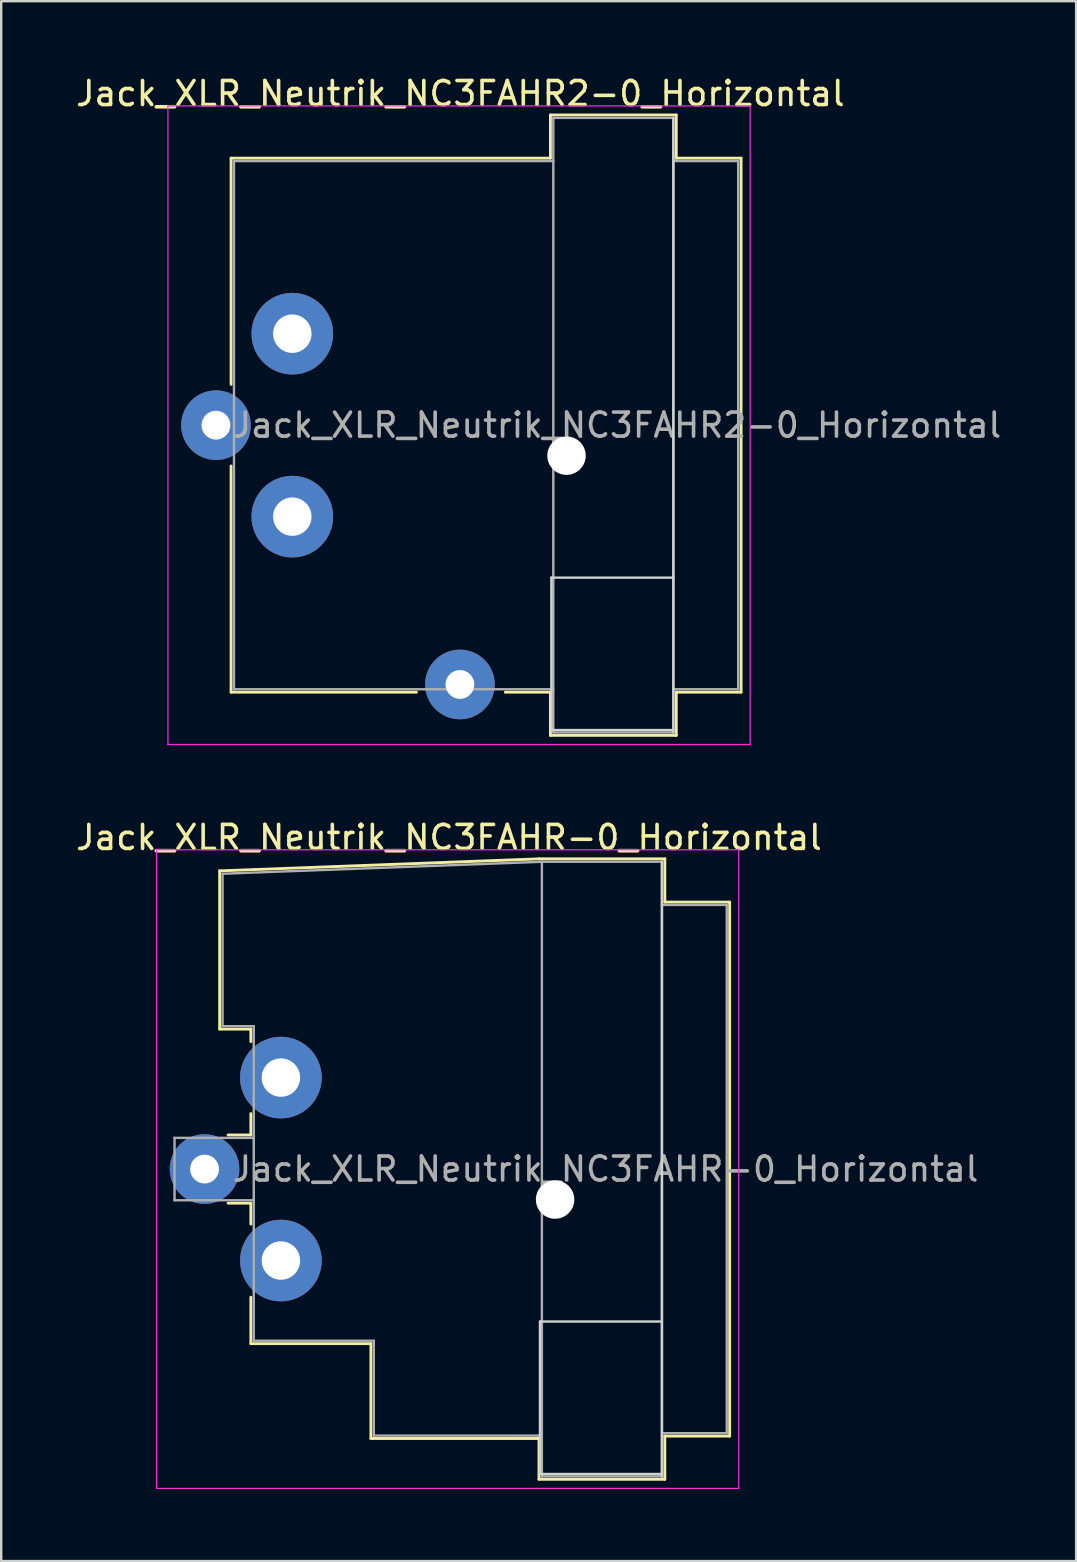
<source format=kicad_pcb>
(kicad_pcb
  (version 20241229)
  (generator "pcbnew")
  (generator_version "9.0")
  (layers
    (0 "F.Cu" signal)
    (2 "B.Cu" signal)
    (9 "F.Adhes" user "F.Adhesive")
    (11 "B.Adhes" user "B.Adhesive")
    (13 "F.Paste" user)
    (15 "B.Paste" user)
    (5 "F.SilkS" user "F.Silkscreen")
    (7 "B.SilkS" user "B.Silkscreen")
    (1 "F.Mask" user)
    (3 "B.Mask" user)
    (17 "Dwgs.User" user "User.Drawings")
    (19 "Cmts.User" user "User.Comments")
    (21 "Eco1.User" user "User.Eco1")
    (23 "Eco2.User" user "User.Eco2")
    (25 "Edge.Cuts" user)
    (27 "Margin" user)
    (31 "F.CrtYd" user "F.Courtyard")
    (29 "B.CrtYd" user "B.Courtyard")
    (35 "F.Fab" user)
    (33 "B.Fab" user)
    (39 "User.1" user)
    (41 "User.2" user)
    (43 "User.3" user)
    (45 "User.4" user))
  (footprint "Jack_XLR_Neutrik_NC3FAHR2-0_Horizontal"
    (layer "F.Cu")
    (at 9.125 10.848)
    (property "Reference" "Jack_XLR_Neutrik_NC3FAHR2-0_Horizontal" (at 7 -10 0) (layer "F.SilkS") (effects (font (size 1 1) (thickness 0.15))))
    (attr through_hole)
    (fp_line (start -2.55 -7.31) (end -2.55 2.11) (stroke (width 0.12) (type solid)) (layer "F.SilkS"))
    (fp_line (start -2.55 5.51) (end -2.55 14.93) (stroke (width 0.12) (type solid)) (layer "F.SilkS"))
    (fp_line (start 5.17 14.93) (end -2.55 14.93) (stroke (width 0.12) (type solid)) (layer "F.SilkS"))
    (fp_line (start 10.75 -7.31) (end -2.55 -7.31) (stroke (width 0.12) (type solid)) (layer "F.SilkS"))
    (fp_line (start 10.75 -7.31) (end 10.75 -9.11) (stroke (width 0.12) (type solid)) (layer "F.SilkS"))
    (fp_line (start 10.75 14.93) (end 8.87 14.93) (stroke (width 0.12) (type solid)) (layer "F.SilkS"))
    (fp_line (start 10.75 16.73) (end 10.75 14.93) (stroke (width 0.12) (type solid)) (layer "F.SilkS"))
    (fp_line (start 15.99 -9.11) (end 10.75 -9.11) (stroke (width 0.12) (type solid)) (layer "F.SilkS"))
    (fp_line (start 15.99 -9.11) (end 15.99 -7.31) (stroke (width 0.12) (type solid)) (layer "F.SilkS"))
    (fp_line (start 15.99 -7.31) (end 18.69 -7.31) (stroke (width 0.12) (type solid)) (layer "F.SilkS"))
    (fp_line (start 15.99 14.93) (end 15.99 16.73) (stroke (width 0.12) (type solid)) (layer "F.SilkS"))
    (fp_line (start 15.99 14.93) (end 18.69 14.93) (stroke (width 0.12) (type solid)) (layer "F.SilkS"))
    (fp_line (start 15.99 16.73) (end 10.75 16.73) (stroke (width 0.12) (type solid)) (layer "F.SilkS"))
    (fp_line (start 18.69 -7.31) (end 18.69 14.93) (stroke (width 0.12) (type solid)) (layer "F.SilkS"))
    (fp_line (start 10.79 10.16) (end 10.79 16.51) (stroke (width 0.1) (type solid)) (layer "Edge.Cuts"))
    (fp_line (start 10.79 16.51) (end 15.87 16.51) (stroke (width 0.1) (type solid)) (layer "Edge.Cuts"))
    (fp_line (start 15.87 -8.99) (end 15.87 16.61) (stroke (width 0.1) (type solid)) (layer "Edge.Cuts"))
    (fp_line (start 15.87 10.16) (end 10.79 10.16) (stroke (width 0.1) (type solid)) (layer "Edge.Cuts"))
    (fp_line (start -5.18 -9.49) (end -5.18 17.11) (stroke (width 0.05) (type solid)) (layer "F.CrtYd"))
    (fp_line (start 19.07 -9.49) (end -5.18 -9.49) (stroke (width 0.05) (type solid)) (layer "F.CrtYd"))
    (fp_line (start 19.07 -9.49) (end 19.07 17.11) (stroke (width 0.05) (type solid)) (layer "F.CrtYd"))
    (fp_line (start 19.07 17.11) (end -5.18 17.11) (stroke (width 0.05) (type solid)) (layer "F.CrtYd"))
    (fp_line (start -2.43 -7.19) (end -2.43 14.81) (stroke (width 0.1) (type solid)) (layer "F.Fab"))
    (fp_line (start -2.43 14.81) (end 10.87 14.81) (stroke (width 0.1) (type solid)) (layer "F.Fab"))
    (fp_line (start 10.87 -8.99) (end 15.87 -8.99) (stroke (width 0.1) (type solid)) (layer "F.Fab"))
    (fp_line (start 10.87 -7.19) (end -2.43 -7.19) (stroke (width 0.1) (type solid)) (layer "F.Fab"))
    (fp_line (start 10.87 16.61) (end 10.87 -8.99) (stroke (width 0.1) (type solid)) (layer "F.Fab"))
    (fp_line (start 15.87 -8.99) (end 15.87 16.61) (stroke (width 0.1) (type solid)) (layer "F.Fab"))
    (fp_line (start 15.87 -7.19) (end 18.57 -7.19) (stroke (width 0.1) (type solid)) (layer "F.Fab"))
    (fp_line (start 15.87 16.61) (end 10.87 16.61) (stroke (width 0.1) (type solid)) (layer "F.Fab"))
    (fp_line (start 18.57 -7.19) (end 18.57 14.81) (stroke (width 0.1) (type solid)) (layer "F.Fab"))
    (fp_line (start 18.57 14.81) (end 15.87 14.81) (stroke (width 0.1) (type solid)) (layer "F.Fab"))
    (fp_text user "${REFERENCE}" (at 13.52 3.81 0) (layer "F.Fab") (effects (font (size 1 1) (thickness 0.15))))
    (pad "" np_thru_hole circle (at 11.42 5.08) (size 1.6 1.6) (drill 1.6) (layers "*.Cu" "*.Mask"))
    (pad "1" thru_hole circle (at 0 0) (size 3.4 3.4) (drill 1.6) (layers "*.Cu" "*.Mask"))
    (pad "2" thru_hole circle (at -3.18 3.81) (size 2.9 2.9) (drill 1.2) (layers "*.Cu" "*.Mask"))
    (pad "3" thru_hole circle (at 0 7.62) (size 3.4 3.4) (drill 1.6) (layers "*.Cu" "*.Mask"))
    (pad "G" thru_hole circle (at 6.98 14.61) (size 2.9 2.9) (drill 1.2) (layers "*.Cu" "*.Mask")))
  (footprint "Jack_XLR_Neutrik_NC3FAHR-0_Horizontal"
    (layer "F.Cu")
    (at 8.649 41.831)
    (property "Reference" "Jack_XLR_Neutrik_NC3FAHR-0_Horizontal" (at 7 -10 0) (layer "F.SilkS") (effects (font (size 1 1) (thickness 0.15))))
    (attr through_hole)
    (fp_line (start -2.55 -8.61) (end -2.55 -2.02) (stroke (width 0.12) (type solid)) (layer "F.SilkS"))
    (fp_line (start -2.55 -2.02) (end -1.25 -2.02) (stroke (width 0.12) (type solid)) (layer "F.SilkS"))
    (fp_line (start -1.25 -2.02) (end -1.25 -1.5) (stroke (width 0.12) (type solid)) (layer "F.SilkS"))
    (fp_line (start -1.25 1.5) (end -1.25 2.39) (stroke (width 0.12) (type solid)) (layer "F.SilkS"))
    (fp_line (start -1.25 2.39) (end -2.2 2.39) (stroke (width 0.12) (type solid)) (layer "F.SilkS"))
    (fp_line (start -1.25 5.23) (end -2.2 5.23) (stroke (width 0.12) (type solid)) (layer "F.SilkS"))
    (fp_line (start -1.25 5.23) (end -1.25 6.1) (stroke (width 0.12) (type solid)) (layer "F.SilkS"))
    (fp_line (start -1.25 9.15) (end -1.25 11.08) (stroke (width 0.12) (type solid)) (layer "F.SilkS"))
    (fp_line (start 3.75 11.08) (end -1.25 11.08) (stroke (width 0.12) (type solid)) (layer "F.SilkS"))
    (fp_line (start 3.75 11.08) (end 3.75 15.03) (stroke (width 0.12) (type solid)) (layer "F.SilkS"))
    (fp_line (start 10.75 -9.11) (end -2.55 -8.61) (stroke (width 0.12) (type solid)) (layer "F.SilkS"))
    (fp_line (start 10.75 15.03) (end 3.75 15.03) (stroke (width 0.12) (type solid)) (layer "F.SilkS"))
    (fp_line (start 10.75 16.73) (end 10.75 15.03) (stroke (width 0.12) (type solid)) (layer "F.SilkS"))
    (fp_line (start 15.99 -9.11) (end 10.75 -9.11) (stroke (width 0.12) (type solid)) (layer "F.SilkS"))
    (fp_line (start 15.99 -9.11) (end 15.99 -7.31) (stroke (width 0.12) (type solid)) (layer "F.SilkS"))
    (fp_line (start 15.99 -7.31) (end 18.69 -7.31) (stroke (width 0.12) (type solid)) (layer "F.SilkS"))
    (fp_line (start 15.99 14.93) (end 15.99 16.73) (stroke (width 0.12) (type solid)) (layer "F.SilkS"))
    (fp_line (start 15.99 14.93) (end 18.69 14.93) (stroke (width 0.12) (type solid)) (layer "F.SilkS"))
    (fp_line (start 15.99 16.73) (end 10.75 16.73) (stroke (width 0.12) (type solid)) (layer "F.SilkS"))
    (fp_line (start 18.69 -7.31) (end 18.69 14.93) (stroke (width 0.12) (type solid)) (layer "F.SilkS"))
    (fp_line (start 10.79 10.16) (end 10.79 16.51) (stroke (width 0.1) (type solid)) (layer "Edge.Cuts"))
    (fp_line (start 10.79 16.51) (end 15.87 16.51) (stroke (width 0.1) (type solid)) (layer "Edge.Cuts"))
    (fp_line (start 15.87 -8.99) (end 15.87 16.61) (stroke (width 0.1) (type solid)) (layer "Edge.Cuts"))
    (fp_line (start 15.87 10.16) (end 10.79 10.16) (stroke (width 0.1) (type solid)) (layer "Edge.Cuts"))
    (fp_line (start -5.18 -9.49) (end -5.18 17.11) (stroke (width 0.05) (type solid)) (layer "F.CrtYd"))
    (fp_line (start 19.07 -9.49) (end -5.18 -9.49) (stroke (width 0.05) (type solid)) (layer "F.CrtYd"))
    (fp_line (start 19.07 -9.49) (end 19.07 17.11) (stroke (width 0.05) (type solid)) (layer "F.CrtYd"))
    (fp_line (start 19.07 17.11) (end -5.18 17.11) (stroke (width 0.05) (type solid)) (layer "F.CrtYd"))
    (fp_line (start -4.43 2.51) (end -4.43 5.11) (stroke (width 0.1) (type solid)) (layer "F.Fab"))
    (fp_line (start -4.43 2.51) (end -1.13 2.51) (stroke (width 0.1) (type solid)) (layer "F.Fab"))
    (fp_line (start -4.43 5.11) (end -1.13 5.11) (stroke (width 0.1) (type solid)) (layer "F.Fab"))
    (fp_line (start -2.43 -8.49) (end -2.43 -2.14) (stroke (width 0.1) (type solid)) (layer "F.Fab"))
    (fp_line (start -2.43 -8.49) (end 10.87 -8.99) (stroke (width 0.1) (type solid)) (layer "F.Fab"))
    (fp_line (start -1.13 -2.14) (end -2.43 -2.14) (stroke (width 0.1) (type solid)) (layer "F.Fab"))
    (fp_line (start -1.13 -2.14) (end -1.13 10.96) (stroke (width 0.1) (type solid)) (layer "F.Fab"))
    (fp_line (start -1.13 10.96) (end 3.87 10.96) (stroke (width 0.1) (type solid)) (layer "F.Fab"))
    (fp_line (start 3.87 10.96) (end 3.87 14.91) (stroke (width 0.1) (type solid)) (layer "F.Fab"))
    (fp_line (start 3.87 14.91) (end 10.87 14.91) (stroke (width 0.1) (type solid)) (layer "F.Fab"))
    (fp_line (start 10.87 -8.99) (end 15.87 -8.99) (stroke (width 0.1) (type solid)) (layer "F.Fab"))
    (fp_line (start 10.87 16.61) (end 10.87 -8.99) (stroke (width 0.1) (type solid)) (layer "F.Fab"))
    (fp_line (start 15.87 -8.99) (end 15.87 16.61) (stroke (width 0.1) (type solid)) (layer "F.Fab"))
    (fp_line (start 15.87 -7.19) (end 18.57 -7.19) (stroke (width 0.1) (type solid)) (layer "F.Fab"))
    (fp_line (start 15.87 16.61) (end 10.87 16.61) (stroke (width 0.1) (type solid)) (layer "F.Fab"))
    (fp_line (start 18.57 -7.19) (end 18.57 14.81) (stroke (width 0.1) (type solid)) (layer "F.Fab"))
    (fp_line (start 18.57 14.81) (end 15.87 14.81) (stroke (width 0.1) (type solid)) (layer "F.Fab"))
    (fp_text user "${REFERENCE}" (at 13.52 3.81 0) (layer "F.Fab") (effects (font (size 1 1) (thickness 0.15))))
    (pad "" np_thru_hole circle (at 11.42 5.08) (size 1.6 1.6) (drill 1.6) (layers "*.Cu" "*.Mask"))
    (pad "1" thru_hole circle (at 0 0) (size 3.4 3.4) (drill 1.6) (layers "*.Cu" "*.Mask"))
    (pad "2" thru_hole circle (at -3.18 3.81) (size 2.9 2.9) (drill 1.2) (layers "*.Cu" "*.Mask"))
    (pad "3" thru_hole circle (at 0 7.62) (size 3.4 3.4) (drill 1.6) (layers "*.Cu" "*.Mask")))
  (gr_rect
    (start -3 -3)
    (end 41.77 61.967)
    (stroke (width 0.1) (type default))
    (fill no)
    (layer "Edge.Cuts")))
</source>
